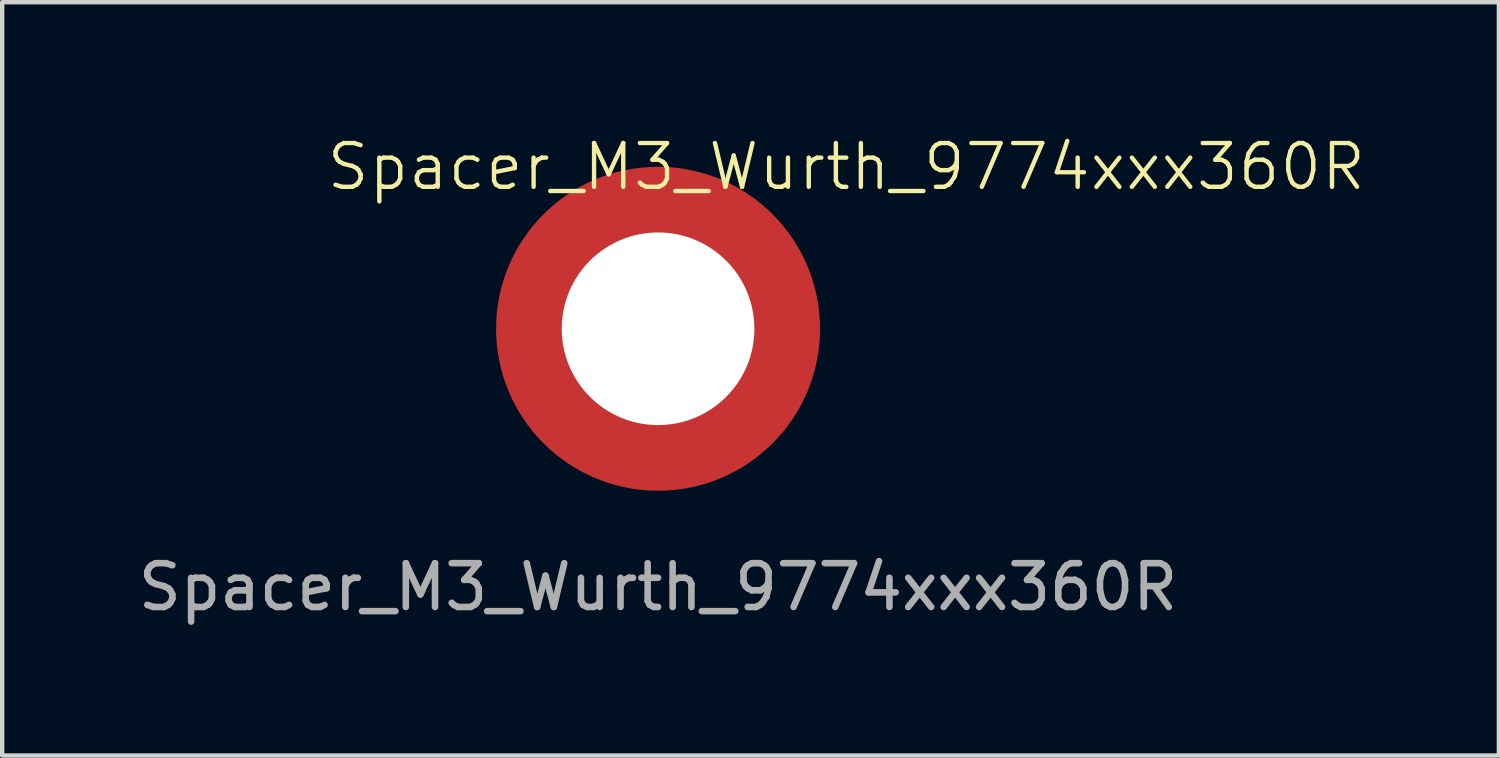
<source format=kicad_pcb>
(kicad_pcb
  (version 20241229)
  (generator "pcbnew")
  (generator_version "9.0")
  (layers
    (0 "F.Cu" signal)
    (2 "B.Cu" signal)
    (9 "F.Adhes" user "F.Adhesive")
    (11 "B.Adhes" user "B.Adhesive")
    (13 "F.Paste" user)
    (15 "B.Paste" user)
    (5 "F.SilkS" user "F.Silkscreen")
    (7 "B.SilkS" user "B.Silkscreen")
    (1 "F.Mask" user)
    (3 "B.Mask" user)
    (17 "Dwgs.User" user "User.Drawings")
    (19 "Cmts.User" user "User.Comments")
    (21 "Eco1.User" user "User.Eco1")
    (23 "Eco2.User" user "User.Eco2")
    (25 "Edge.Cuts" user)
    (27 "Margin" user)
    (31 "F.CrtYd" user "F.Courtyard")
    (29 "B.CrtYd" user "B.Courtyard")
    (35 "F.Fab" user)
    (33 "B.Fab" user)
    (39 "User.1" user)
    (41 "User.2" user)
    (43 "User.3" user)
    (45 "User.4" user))
  (footprint "Spacer_M3_Wurth_9774xxx360R"
    (layer "F.Cu")
    (at 11.982 4.46)
    (property "Reference" "Spacer_M3_Wurth_9774xxx360R" (at 4.3 -3.7 0) (unlocked yes) (layer "F.SilkS") (effects (font (size 1 1) (thickness 0.1))))
    (attr smd)
    (fp_arc (start -2.799999 -1) (mid -2.102379 -2.102379) (end -1 -2.799999) (stroke (width 1.395) (type default)) (layer "F.Paste"))
    (fp_arc (start -1.000001 2.799998) (mid -2.10238 2.102378) (end -2.8 0.999999) (stroke (width 1.395) (type default)) (layer "F.Paste"))
    (fp_arc (start 1 -2.799998) (mid 2.102379 -2.102378) (end 2.799999 -0.999999) (stroke (width 1.395) (type default)) (layer "F.Paste"))
    (fp_arc (start 2.799997 1) (mid 2.102377 2.102379) (end 0.999998 2.799999) (stroke (width 1.395) (type default)) (layer "F.Paste"))
    (fp_text user "${REFERENCE}" (at 0 5.9 0) (unlocked yes) (layer "F.Fab") (effects (font (size 1 1) (thickness 0.15))))
    (pad "" np_thru_hole circle (at 0 0) (size 7.4 7.4) (drill 4.4) (layers "F.Cu" "F.Mask")))
  (gr_rect
    (start -3 -3)
    (end 31.189 14.209)
    (stroke (width 0.1) (type default))
    (fill no)
    (layer "Edge.Cuts")))
</source>
